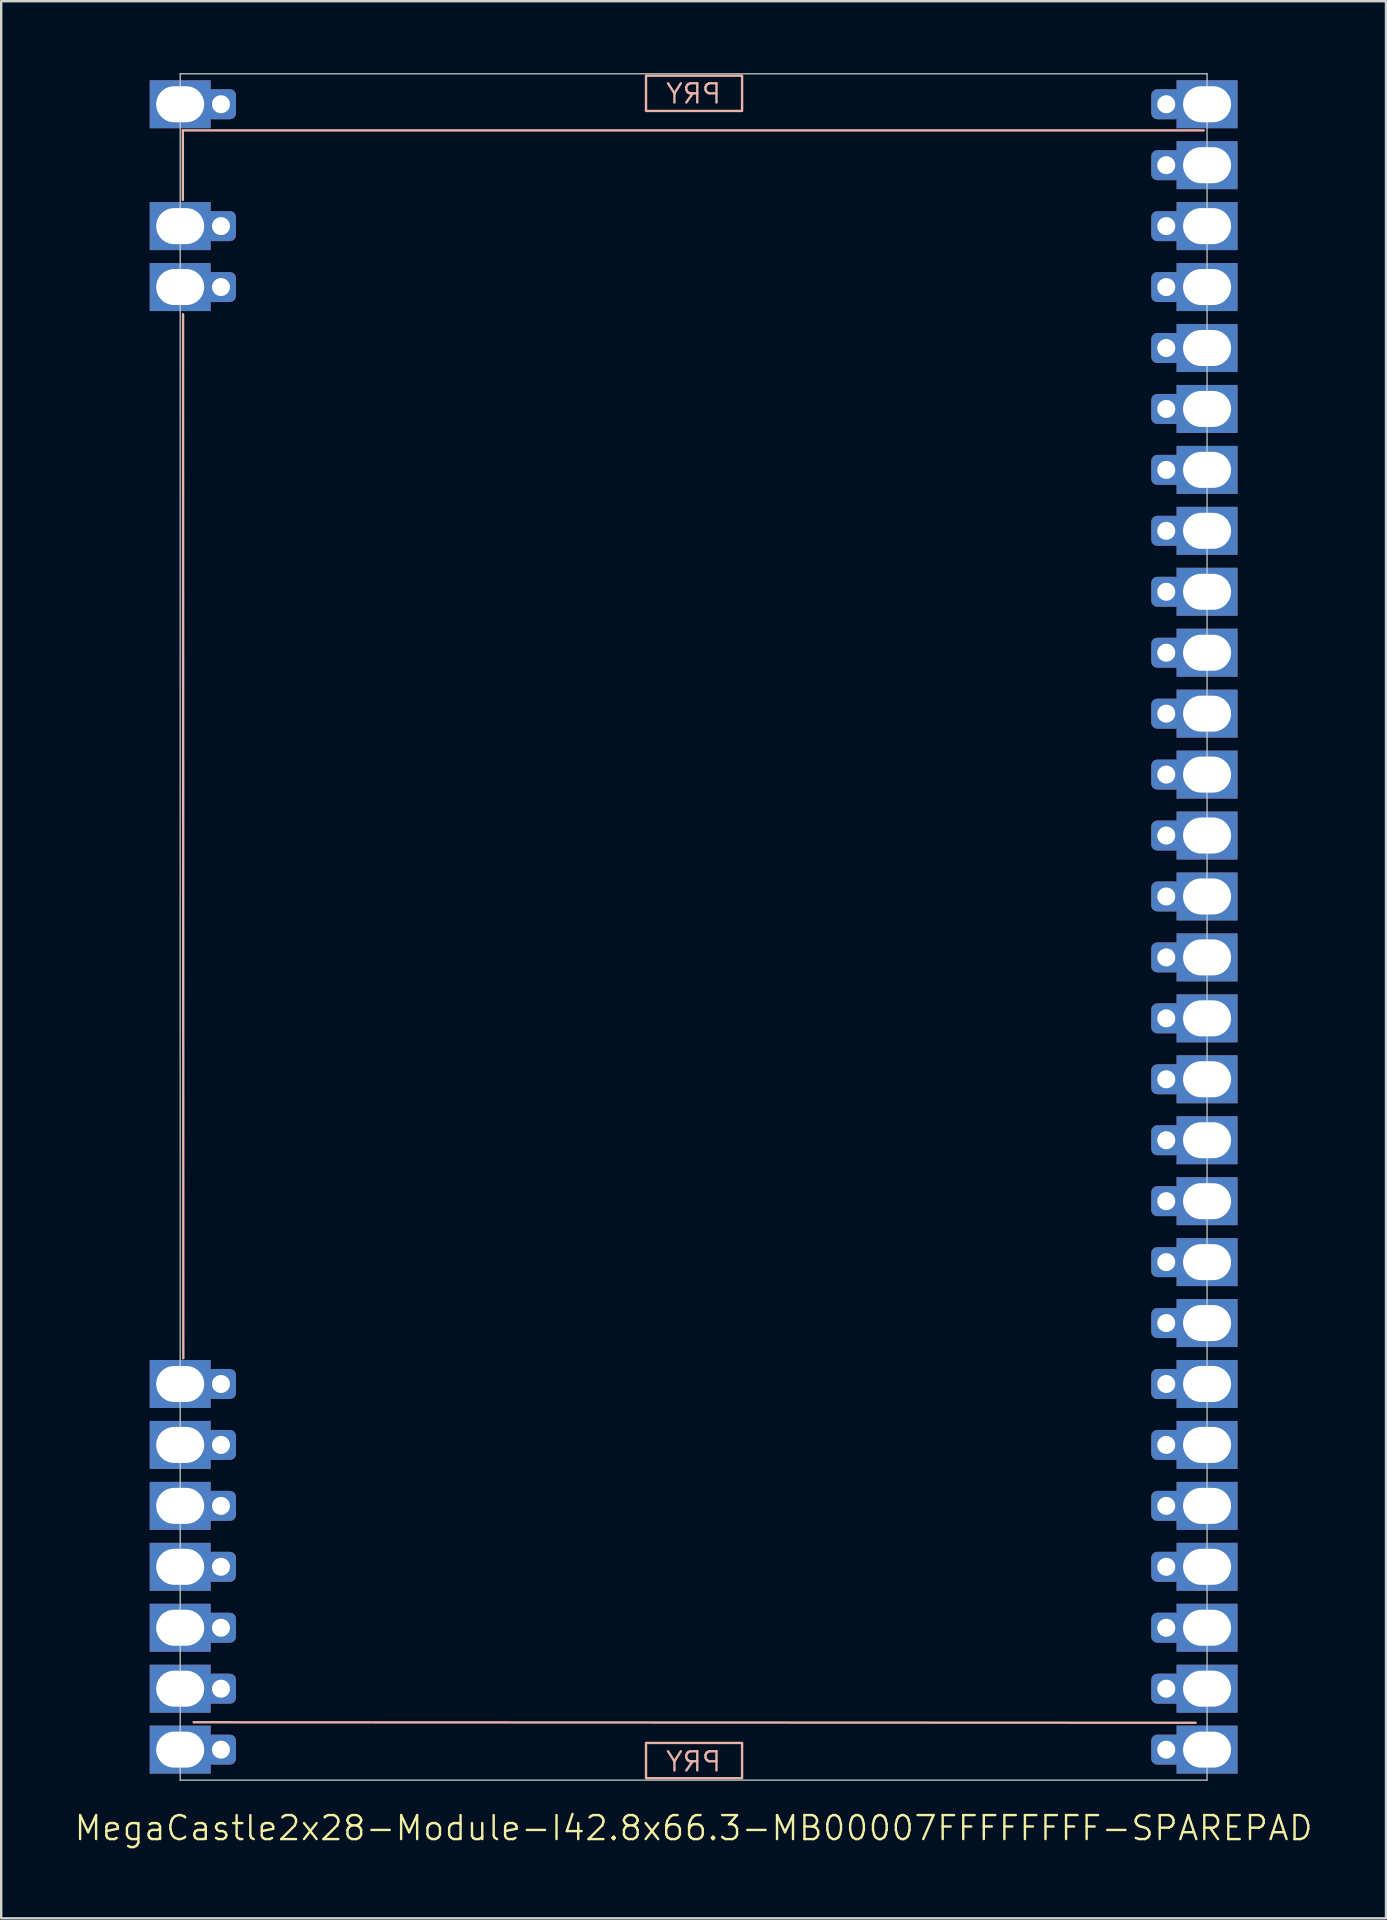
<source format=kicad_pcb>
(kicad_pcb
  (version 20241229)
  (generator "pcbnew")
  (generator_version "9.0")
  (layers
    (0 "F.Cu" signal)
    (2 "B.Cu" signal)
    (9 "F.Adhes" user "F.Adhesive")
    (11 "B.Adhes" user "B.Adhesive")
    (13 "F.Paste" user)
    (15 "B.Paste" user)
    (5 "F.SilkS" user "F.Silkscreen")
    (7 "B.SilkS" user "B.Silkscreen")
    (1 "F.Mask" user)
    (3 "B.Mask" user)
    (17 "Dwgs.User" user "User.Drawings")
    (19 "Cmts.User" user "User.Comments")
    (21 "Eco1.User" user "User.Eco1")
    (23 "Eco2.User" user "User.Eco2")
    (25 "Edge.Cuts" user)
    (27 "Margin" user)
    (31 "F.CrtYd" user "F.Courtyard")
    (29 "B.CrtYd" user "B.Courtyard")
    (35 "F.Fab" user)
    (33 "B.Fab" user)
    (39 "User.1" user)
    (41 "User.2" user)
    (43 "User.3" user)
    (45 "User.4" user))
  (footprint "MegaCastle2x28-Module-I42.8x66.3-MB00007FFFFFFFF-SPAREPAD"
    (layer "F.Cu")
    (at 25.86 35.585)
    (property "Reference" "MegaCastle2x28-Module-I42.8x66.3-MB00007FFFFFFFF-SPAREPAD" (at 0 37.56 0) (unlocked yes) (layer "F.SilkS") (effects (font (size 1 1) (thickness 0.1))))
    (attr smd)
    (fp_line (start -21.29 -33.2) (end -21.29 -30.3) (stroke (width 0.1) (type default)) (layer "B.SilkS"))
    (fp_line (start -21.29 -33.2) (end 21.26 -33.2) (stroke (width 0.1) (type default)) (layer "B.SilkS"))
    (fp_line (start -21.28 -25.54) (end -21.27 17.98) (stroke (width 0.1) (type default)) (layer "B.SilkS"))
    (fp_line (start -20.84 33.15) (end 20.92 33.17) (stroke (width 0.1) (type default)) (layer "B.SilkS"))
    (fp_rect (start -1.984 -34.011) (end 2.02 -35.48) (stroke (width 0.1) (type default)) (fill no) (layer "B.SilkS"))
    (fp_rect (start -1.984 34.011) (end 2.02 35.48) (stroke (width 0.1) (type default)) (fill no) (layer "B.SilkS"))
    (fp_line (start -21.4 -35.56) (end -21.4 35.56) (stroke (width 0.05) (type default)) (layer "Edge.Cuts"))
    (fp_line (start -21.4 -35.56) (end 21.4 -35.56) (stroke (width 0.05) (type default)) (layer "Edge.Cuts"))
    (fp_line (start -21.4 35.56) (end 21.4 35.56) (stroke (width 0.05) (type default)) (layer "Edge.Cuts"))
    (fp_line (start 21.4 -35.56) (end 21.4 35.56) (stroke (width 0.05) (type default)) (layer "Edge.Cuts"))
    (fp_text user "PRY" (at 0 -34.26 0) (unlocked yes) (layer "B.SilkS") (effects (font (size 0.8 0.8) (thickness 0.1)) (justify bottom mirror)))
    (fp_text user "PRY" (at 0 35.26 0) (unlocked yes) (layer "B.SilkS") (effects (font (size 0.8 0.8) (thickness 0.1)) (justify bottom mirror)))
    (pad "1" thru_hole rect (at -21.4 -34.29) (size 2.54 2) (drill oval 2 1.5) (property pad_prop_castellated) (layers "*.Cu" "*.Mask"))
    (pad "1" thru_hole roundrect (at -19.7 -34.29 180) (size 1.25 1.25) (drill 0.75) (layers "*.Cu" "*.Mask") (roundrect_rratio 0.2))
    (pad "3" thru_hole rect (at -21.4 -29.21) (size 2.54 2) (drill oval 2 1.5) (property pad_prop_castellated) (layers "*.Cu" "*.Mask"))
    (pad "3" thru_hole roundrect (at -19.7 -29.21 180) (size 1.25 1.25) (drill 0.75) (layers "*.Cu" "*.Mask") (roundrect_rratio 0.2))
    (pad "4" thru_hole rect (at -21.4 -26.67) (size 2.54 2) (drill oval 2 1.5) (property pad_prop_castellated) (layers "*.Cu" "*.Mask"))
    (pad "4" thru_hole roundrect (at -19.7 -26.67 180) (size 1.25 1.25) (drill 0.75) (layers "*.Cu" "*.Mask") (roundrect_rratio 0.2))
    (pad "22" thru_hole rect (at -21.4 19.05) (size 2.54 2) (drill oval 2 1.5) (property pad_prop_castellated) (layers "*.Cu" "*.Mask"))
    (pad "22" thru_hole roundrect (at -19.7 19.05 180) (size 1.25 1.25) (drill 0.75) (layers "*.Cu" "*.Mask") (roundrect_rratio 0.2))
    (pad "23" thru_hole rect (at -21.4 21.59) (size 2.54 2) (drill oval 2 1.5) (property pad_prop_castellated) (layers "*.Cu" "*.Mask"))
    (pad "23" thru_hole roundrect (at -19.7 21.59 180) (size 1.25 1.25) (drill 0.75) (layers "*.Cu" "*.Mask") (roundrect_rratio 0.2))
    (pad "24" thru_hole rect (at -21.4 24.13) (size 2.54 2) (drill oval 2 1.5) (property pad_prop_castellated) (layers "*.Cu" "*.Mask"))
    (pad "24" thru_hole roundrect (at -19.7 24.13 180) (size 1.25 1.25) (drill 0.75) (layers "*.Cu" "*.Mask") (roundrect_rratio 0.2))
    (pad "25" thru_hole rect (at -21.4 26.67) (size 2.54 2) (drill oval 2 1.5) (property pad_prop_castellated) (layers "*.Cu" "*.Mask"))
    (pad "25" thru_hole roundrect (at -19.7 26.67 180) (size 1.25 1.25) (drill 0.75) (layers "*.Cu" "*.Mask") (roundrect_rratio 0.2))
    (pad "26" thru_hole rect (at -21.4 29.21) (size 2.54 2) (drill oval 2 1.5) (property pad_prop_castellated) (layers "*.Cu" "*.Mask"))
    (pad "26" thru_hole roundrect (at -19.7 29.21 180) (size 1.25 1.25) (drill 0.75) (layers "*.Cu" "*.Mask") (roundrect_rratio 0.2))
    (pad "27" thru_hole rect (at -21.4 31.75) (size 2.54 2) (drill oval 2 1.5) (property pad_prop_castellated) (layers "*.Cu" "*.Mask"))
    (pad "27" thru_hole roundrect (at -19.7 31.75 180) (size 1.25 1.25) (drill 0.75) (layers "*.Cu" "*.Mask") (roundrect_rratio 0.2))
    (pad "28" thru_hole rect (at -21.4 34.29) (size 2.54 2) (drill oval 2 1.5) (property pad_prop_castellated) (layers "*.Cu" "*.Mask"))
    (pad "28" thru_hole roundrect (at -19.7 34.29 180) (size 1.25 1.25) (drill 0.75) (layers "*.Cu" "*.Mask") (roundrect_rratio 0.2))
    (pad "29" thru_hole roundrect (at 19.7 -34.29 180) (size 1.25 1.25) (drill 0.75) (layers "*.Cu" "*.Mask") (roundrect_rratio 0.2))
    (pad "29" thru_hole rect (at 21.4 -34.29) (size 2.54 2) (drill oval 2 1.5) (property pad_prop_castellated) (layers "*.Cu" "*.Mask"))
    (pad "30" thru_hole roundrect (at 19.7 -31.75 180) (size 1.25 1.25) (drill 0.75) (layers "*.Cu" "*.Mask") (roundrect_rratio 0.2))
    (pad "30" thru_hole rect (at 21.4 -31.75) (size 2.54 2) (drill oval 2 1.5) (property pad_prop_castellated) (layers "*.Cu" "*.Mask"))
    (pad "31" thru_hole roundrect (at 19.7 -29.21 180) (size 1.25 1.25) (drill 0.75) (layers "*.Cu" "*.Mask") (roundrect_rratio 0.2))
    (pad "31" thru_hole rect (at 21.4 -29.21) (size 2.54 2) (drill oval 2 1.5) (property pad_prop_castellated) (layers "*.Cu" "*.Mask"))
    (pad "32" thru_hole roundrect (at 19.7 -26.67 180) (size 1.25 1.25) (drill 0.75) (layers "*.Cu" "*.Mask") (roundrect_rratio 0.2))
    (pad "32" thru_hole rect (at 21.4 -26.67) (size 2.54 2) (drill oval 2 1.5) (property pad_prop_castellated) (layers "*.Cu" "*.Mask"))
    (pad "33" thru_hole roundrect (at 19.7 -24.13 180) (size 1.25 1.25) (drill 0.75) (layers "*.Cu" "*.Mask") (roundrect_rratio 0.2))
    (pad "33" thru_hole rect (at 21.4 -24.13) (size 2.54 2) (drill oval 2 1.5) (property pad_prop_castellated) (layers "*.Cu" "*.Mask"))
    (pad "34" thru_hole roundrect (at 19.7 -21.59 180) (size 1.25 1.25) (drill 0.75) (layers "*.Cu" "*.Mask") (roundrect_rratio 0.2))
    (pad "34" thru_hole rect (at 21.4 -21.59) (size 2.54 2) (drill oval 2 1.5) (property pad_prop_castellated) (layers "*.Cu" "*.Mask"))
    (pad "35" thru_hole roundrect (at 19.7 -19.05 180) (size 1.25 1.25) (drill 0.75) (layers "*.Cu" "*.Mask") (roundrect_rratio 0.2))
    (pad "35" thru_hole rect (at 21.4 -19.05) (size 2.54 2) (drill oval 2 1.5) (property pad_prop_castellated) (layers "*.Cu" "*.Mask"))
    (pad "36" thru_hole roundrect (at 19.7 -16.51 180) (size 1.25 1.25) (drill 0.75) (layers "*.Cu" "*.Mask") (roundrect_rratio 0.2))
    (pad "36" thru_hole rect (at 21.4 -16.51) (size 2.54 2) (drill oval 2 1.5) (property pad_prop_castellated) (layers "*.Cu" "*.Mask"))
    (pad "37" thru_hole roundrect (at 19.7 -13.97 180) (size 1.25 1.25) (drill 0.75) (layers "*.Cu" "*.Mask") (roundrect_rratio 0.2))
    (pad "37" thru_hole rect (at 21.4 -13.97) (size 2.54 2) (drill oval 2 1.5) (property pad_prop_castellated) (layers "*.Cu" "*.Mask"))
    (pad "38" thru_hole roundrect (at 19.7 -11.43 180) (size 1.25 1.25) (drill 0.75) (layers "*.Cu" "*.Mask") (roundrect_rratio 0.2))
    (pad "38" thru_hole rect (at 21.4 -11.43) (size 2.54 2) (drill oval 2 1.5) (property pad_prop_castellated) (layers "*.Cu" "*.Mask"))
    (pad "39" thru_hole roundrect (at 19.7 -8.89 180) (size 1.25 1.25) (drill 0.75) (layers "*.Cu" "*.Mask") (roundrect_rratio 0.2))
    (pad "39" thru_hole rect (at 21.4 -8.89) (size 2.54 2) (drill oval 2 1.5) (property pad_prop_castellated) (layers "*.Cu" "*.Mask"))
    (pad "40" thru_hole roundrect (at 19.7 -6.35 180) (size 1.25 1.25) (drill 0.75) (layers "*.Cu" "*.Mask") (roundrect_rratio 0.2))
    (pad "40" thru_hole rect (at 21.4 -6.35) (size 2.54 2) (drill oval 2 1.5) (property pad_prop_castellated) (layers "*.Cu" "*.Mask"))
    (pad "41" thru_hole roundrect (at 19.7 -3.81 180) (size 1.25 1.25) (drill 0.75) (layers "*.Cu" "*.Mask") (roundrect_rratio 0.2))
    (pad "41" thru_hole rect (at 21.4 -3.81) (size 2.54 2) (drill oval 2 1.5) (property pad_prop_castellated) (layers "*.Cu" "*.Mask"))
    (pad "42" thru_hole roundrect (at 19.7 -1.27 180) (size 1.25 1.25) (drill 0.75) (layers "*.Cu" "*.Mask") (roundrect_rratio 0.2))
    (pad "42" thru_hole rect (at 21.4 -1.27) (size 2.54 2) (drill oval 2 1.5) (property pad_prop_castellated) (layers "*.Cu" "*.Mask"))
    (pad "43" thru_hole roundrect (at 19.7 1.27 180) (size 1.25 1.25) (drill 0.75) (layers "*.Cu" "*.Mask") (roundrect_rratio 0.2))
    (pad "43" thru_hole rect (at 21.4 1.27) (size 2.54 2) (drill oval 2 1.5) (property pad_prop_castellated) (layers "*.Cu" "*.Mask"))
    (pad "44" thru_hole roundrect (at 19.7 3.81 180) (size 1.25 1.25) (drill 0.75) (layers "*.Cu" "*.Mask") (roundrect_rratio 0.2))
    (pad "44" thru_hole rect (at 21.4 3.81) (size 2.54 2) (drill oval 2 1.5) (property pad_prop_castellated) (layers "*.Cu" "*.Mask"))
    (pad "45" thru_hole roundrect (at 19.7 6.35 180) (size 1.25 1.25) (drill 0.75) (layers "*.Cu" "*.Mask") (roundrect_rratio 0.2))
    (pad "45" thru_hole rect (at 21.4 6.35) (size 2.54 2) (drill oval 2 1.5) (property pad_prop_castellated) (layers "*.Cu" "*.Mask"))
    (pad "46" thru_hole roundrect (at 19.7 8.89 180) (size 1.25 1.25) (drill 0.75) (layers "*.Cu" "*.Mask") (roundrect_rratio 0.2))
    (pad "46" thru_hole rect (at 21.4 8.89) (size 2.54 2) (drill oval 2 1.5) (property pad_prop_castellated) (layers "*.Cu" "*.Mask"))
    (pad "47" thru_hole roundrect (at 19.7 11.43 180) (size 1.25 1.25) (drill 0.75) (layers "*.Cu" "*.Mask") (roundrect_rratio 0.2))
    (pad "47" thru_hole rect (at 21.4 11.43) (size 2.54 2) (drill oval 2 1.5) (property pad_prop_castellated) (layers "*.Cu" "*.Mask"))
    (pad "48" thru_hole roundrect (at 19.7 13.97 180) (size 1.25 1.25) (drill 0.75) (layers "*.Cu" "*.Mask") (roundrect_rratio 0.2))
    (pad "48" thru_hole rect (at 21.4 13.97) (size 2.54 2) (drill oval 2 1.5) (property pad_prop_castellated) (layers "*.Cu" "*.Mask"))
    (pad "49" thru_hole roundrect (at 19.7 16.51 180) (size 1.25 1.25) (drill 0.75) (layers "*.Cu" "*.Mask") (roundrect_rratio 0.2))
    (pad "49" thru_hole rect (at 21.4 16.51) (size 2.54 2) (drill oval 2 1.5) (property pad_prop_castellated) (layers "*.Cu" "*.Mask"))
    (pad "50" thru_hole roundrect (at 19.7 19.05 180) (size 1.25 1.25) (drill 0.75) (layers "*.Cu" "*.Mask") (roundrect_rratio 0.2))
    (pad "50" thru_hole rect (at 21.4 19.05) (size 2.54 2) (drill oval 2 1.5) (property pad_prop_castellated) (layers "*.Cu" "*.Mask"))
    (pad "51" thru_hole roundrect (at 19.7 21.59 180) (size 1.25 1.25) (drill 0.75) (layers "*.Cu" "*.Mask") (roundrect_rratio 0.2))
    (pad "51" thru_hole rect (at 21.4 21.59) (size 2.54 2) (drill oval 2 1.5) (property pad_prop_castellated) (layers "*.Cu" "*.Mask"))
    (pad "52" thru_hole roundrect (at 19.7 24.13 180) (size 1.25 1.25) (drill 0.75) (layers "*.Cu" "*.Mask") (roundrect_rratio 0.2))
    (pad "52" thru_hole rect (at 21.4 24.13) (size 2.54 2) (drill oval 2 1.5) (property pad_prop_castellated) (layers "*.Cu" "*.Mask"))
    (pad "53" thru_hole roundrect (at 19.7 26.67 180) (size 1.25 1.25) (drill 0.75) (layers "*.Cu" "*.Mask") (roundrect_rratio 0.2))
    (pad "53" thru_hole rect (at 21.4 26.67) (size 2.54 2) (drill oval 2 1.5) (property pad_prop_castellated) (layers "*.Cu" "*.Mask"))
    (pad "54" thru_hole roundrect (at 19.7 29.21 180) (size 1.25 1.25) (drill 0.75) (layers "*.Cu" "*.Mask") (roundrect_rratio 0.2))
    (pad "54" thru_hole rect (at 21.4 29.21) (size 2.54 2) (drill oval 2 1.5) (property pad_prop_castellated) (layers "*.Cu" "*.Mask"))
    (pad "55" thru_hole roundrect (at 19.7 31.75 180) (size 1.25 1.25) (drill 0.75) (layers "*.Cu" "*.Mask") (roundrect_rratio 0.2))
    (pad "55" thru_hole rect (at 21.4 31.75) (size 2.54 2) (drill oval 2 1.5) (property pad_prop_castellated) (layers "*.Cu" "*.Mask"))
    (pad "56" thru_hole roundrect (at 19.7 34.29 180) (size 1.25 1.25) (drill 0.75) (layers "*.Cu" "*.Mask") (roundrect_rratio 0.2))
    (pad "56" thru_hole rect (at 21.4 34.29) (size 2.54 2) (drill oval 2 1.5) (property pad_prop_castellated) (layers "*.Cu" "*.Mask"))
    (zone (net_name "") (layer "B.Cu") (hatch edge 0.5) (connect_pads) (min_thickness 0.25) (filled_areas_thickness no) (keepout (tracks allowed) (vias allowed) (pads allowed) (copperpour allowed) (footprints not_allowed)) (placement (enabled no)) (fill) (polygon (pts (xy 4.46 0.025) (xy 4.46 2.425) (xy 47.26 2.425) (xy 47.26 0.025))))
    (zone (net_name "") (layer "B.Cu") (hatch edge 0.5) (connect_pads) (min_thickness 0.25) (filled_areas_thickness no) (keepout (tracks allowed) (vias allowed) (pads allowed) (copperpour allowed) (footprints not_allowed)) (placement (enabled no)) (fill) (polygon (pts (xy 4.46 71.145) (xy 4.46 68.745) (xy 47.26 68.745) (xy 47.26 71.145))))
    (zone (net_name "") (layer "B.Cu") (name "Upper Pry Zone") (hatch edge 0.5) (connect_pads) (min_thickness 0.25) (filled_areas_thickness no) (keepout (tracks not_allowed) (vias not_allowed) (pads not_allowed) (copperpour allowed) (footprints not_allowed)) (placement (enabled no)) (fill) (polygon (pts (xy 23.875 1.574) (xy 23.875 0.105) (xy 27.879 0.105) (xy 27.879 1.574))))
    (zone (net_name "") (layer "B.Cu") (name "Upper Pry Zone") (hatch edge 0.5) (connect_pads) (min_thickness 0.25) (filled_areas_thickness no) (keepout (tracks not_allowed) (vias not_allowed) (pads not_allowed) (copperpour allowed) (footprints not_allowed)) (placement (enabled no)) (fill) (polygon (pts (xy 23.875 69.596) (xy 23.875 71.065) (xy 27.879 71.065) (xy 27.879 69.596)))))
  (gr_rect
    (start -3 -3)
    (end 54.719 76.906)
    (stroke (width 0.1) (type default))
    (fill no)
    (layer "Edge.Cuts")))
</source>
